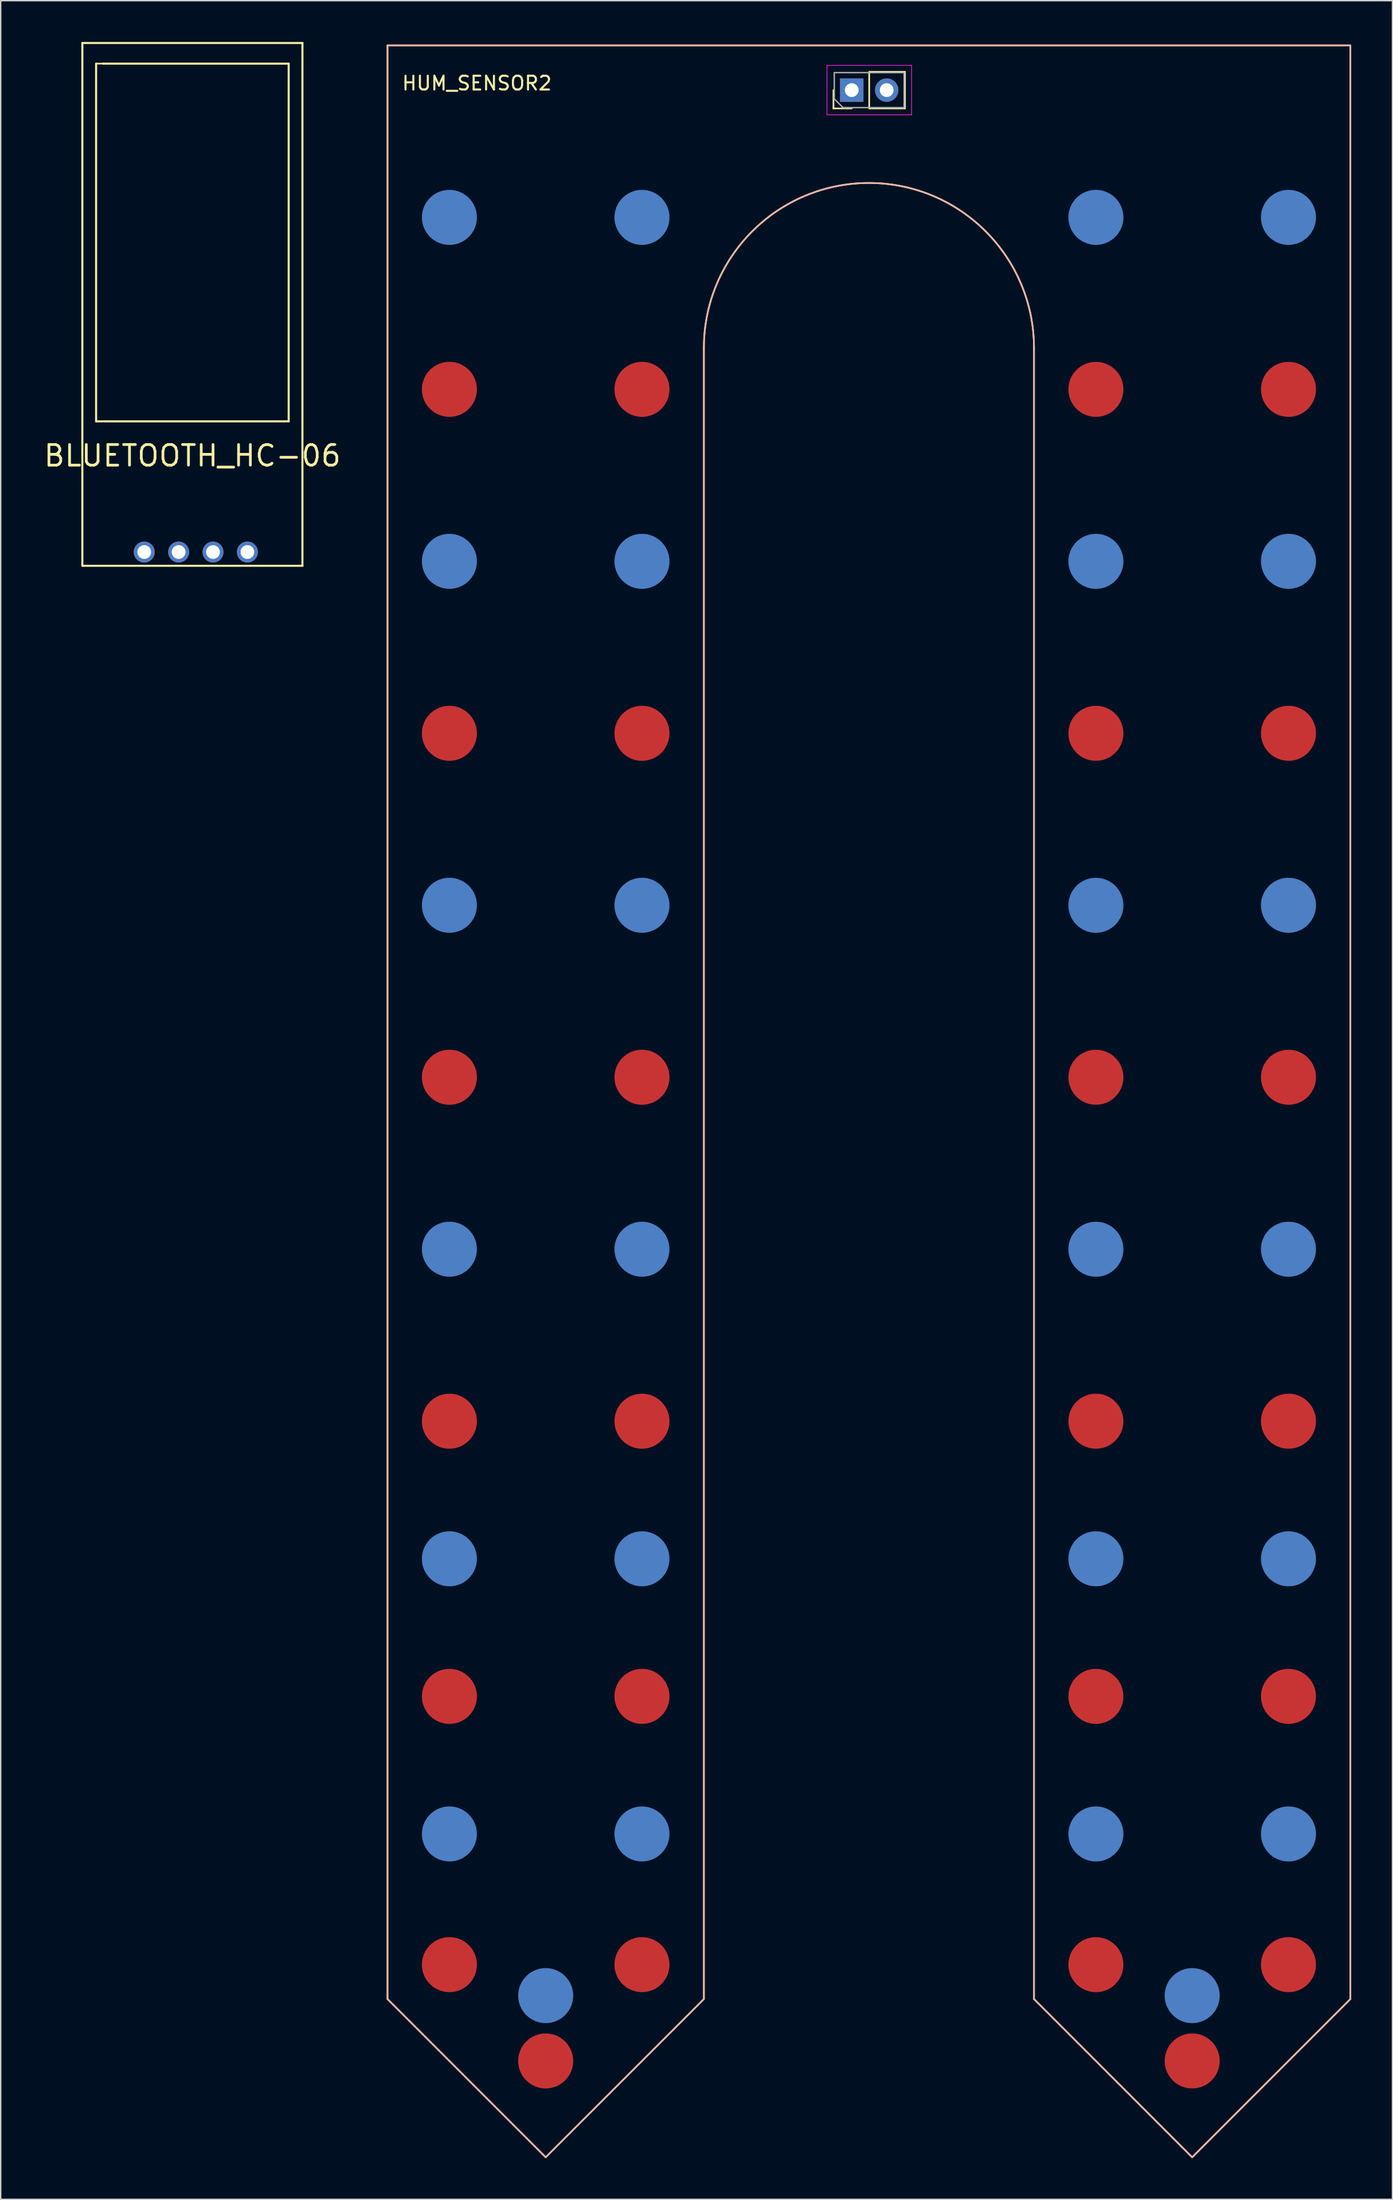
<source format=kicad_pcb>
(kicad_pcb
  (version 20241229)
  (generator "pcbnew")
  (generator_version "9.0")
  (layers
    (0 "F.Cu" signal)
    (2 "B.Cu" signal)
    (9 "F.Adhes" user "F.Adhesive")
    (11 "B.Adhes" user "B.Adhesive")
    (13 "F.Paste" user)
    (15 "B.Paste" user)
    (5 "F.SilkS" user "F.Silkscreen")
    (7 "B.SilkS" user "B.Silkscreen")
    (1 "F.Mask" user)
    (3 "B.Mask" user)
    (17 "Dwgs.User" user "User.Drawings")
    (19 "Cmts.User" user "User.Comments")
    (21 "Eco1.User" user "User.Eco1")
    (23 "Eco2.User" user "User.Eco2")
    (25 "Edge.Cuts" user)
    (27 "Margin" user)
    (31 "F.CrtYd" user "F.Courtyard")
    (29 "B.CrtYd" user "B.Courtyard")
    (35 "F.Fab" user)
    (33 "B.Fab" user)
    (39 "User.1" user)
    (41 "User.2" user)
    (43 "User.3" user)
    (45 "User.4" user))
  (footprint "HUM_SENSOR2"
    (layer "F.Cu")
    (at 25.121 0.25)
    (property "Reference" "HUM_SENSOR2" (at 6.5 2.75 0) (layer "F.SilkS") (effects (font (size 1 1) (thickness 0.15))))
    (attr through_hole)
    (fp_line (start 0 142) (end 0 0) (stroke (width 0.12) (type solid)) (layer "F.SilkS"))
    (fp_line (start 11.5 153.5) (end 0 142) (stroke (width 0.12) (type solid)) (layer "F.SilkS"))
    (fp_line (start 11.5 153.5) (end 23 142) (stroke (width 0.12) (type solid)) (layer "F.SilkS"))
    (fp_line (start 23 22) (end 23 142) (stroke (width 0.12) (type solid)) (layer "F.SilkS"))
    (fp_line (start 32.42 4.58) (end 32.42 3.25) (stroke (width 0.12) (type solid)) (layer "F.SilkS"))
    (fp_line (start 33.75 4.58) (end 32.42 4.58) (stroke (width 0.12) (type solid)) (layer "F.SilkS"))
    (fp_line (start 35.02 1.92) (end 37.62 1.92) (stroke (width 0.12) (type solid)) (layer "F.SilkS"))
    (fp_line (start 35.02 4.58) (end 35.02 1.92) (stroke (width 0.12) (type solid)) (layer "F.SilkS"))
    (fp_line (start 35.02 4.58) (end 37.62 4.58) (stroke (width 0.12) (type solid)) (layer "F.SilkS"))
    (fp_line (start 37.62 4.58) (end 37.62 1.92) (stroke (width 0.12) (type solid)) (layer "F.SilkS"))
    (fp_line (start 47 142) (end 47 22) (stroke (width 0.12) (type solid)) (layer "F.SilkS"))
    (fp_line (start 58.5 153.5) (end 47 142) (stroke (width 0.12) (type solid)) (layer "F.SilkS"))
    (fp_line (start 70 0) (end 0 0) (stroke (width 0.12) (type solid)) (layer "F.SilkS"))
    (fp_line (start 70 0) (end 70 142) (stroke (width 0.12) (type solid)) (layer "F.SilkS"))
    (fp_line (start 70 142) (end 58.5 153.5) (stroke (width 0.12) (type solid)) (layer "F.SilkS"))
    (fp_arc (start 23 22) (mid 35 10) (end 47 22) (stroke (width 0.12) (type solid)) (layer "F.SilkS"))
    (fp_line (start 0 0) (end 70 0) (stroke (width 0.12) (type solid)) (layer "B.SilkS"))
    (fp_line (start 0 142) (end 0 0) (stroke (width 0.12) (type solid)) (layer "B.SilkS"))
    (fp_line (start 11.5 153.5) (end 0 142) (stroke (width 0.12) (type solid)) (layer "B.SilkS"))
    (fp_line (start 23 22) (end 23 142) (stroke (width 0.12) (type solid)) (layer "B.SilkS"))
    (fp_line (start 23 142) (end 11.5 153.5) (stroke (width 0.12) (type solid)) (layer "B.SilkS"))
    (fp_line (start 47 142) (end 47 22) (stroke (width 0.12) (type solid)) (layer "B.SilkS"))
    (fp_line (start 58.5 153.5) (end 47 142) (stroke (width 0.12) (type solid)) (layer "B.SilkS"))
    (fp_line (start 70 0) (end 70 142) (stroke (width 0.12) (type solid)) (layer "B.SilkS"))
    (fp_line (start 70 142) (end 58.5 153.5) (stroke (width 0.12) (type solid)) (layer "B.SilkS"))
    (fp_arc (start 23 22) (mid 35 10) (end 47 22) (stroke (width 0.12) (type solid)) (layer "B.SilkS"))
    (fp_line (start 31.95 1.45) (end 31.95 5.05) (stroke (width 0.05) (type solid)) (layer "F.CrtYd"))
    (fp_line (start 31.95 5.05) (end 38.1 5.05) (stroke (width 0.05) (type solid)) (layer "F.CrtYd"))
    (fp_line (start 38.1 1.45) (end 31.95 1.45) (stroke (width 0.05) (type solid)) (layer "F.CrtYd"))
    (fp_line (start 38.1 5.05) (end 38.1 1.45) (stroke (width 0.05) (type solid)) (layer "F.CrtYd"))
    (fp_line (start 32.48 1.98) (end 37.56 1.98) (stroke (width 0.1) (type solid)) (layer "F.Fab"))
    (fp_line (start 32.48 3.885) (end 32.48 1.98) (stroke (width 0.1) (type solid)) (layer "F.Fab"))
    (fp_line (start 33.115 4.52) (end 32.48 3.885) (stroke (width 0.1) (type solid)) (layer "F.Fab"))
    (fp_line (start 37.56 1.98) (end 37.56 4.52) (stroke (width 0.1) (type solid)) (layer "F.Fab"))
    (fp_line (start 37.56 4.52) (end 33.115 4.52) (stroke (width 0.1) (type solid)) (layer "F.Fab"))
    (pad "1" smd circle (at 4.5 12.5) (size 4 4) (layers "B.Cu" "B.Mask"))
    (pad "1" smd circle (at 4.5 25) (size 4 4) (layers "F.Cu" "F.Mask"))
    (pad "1" smd circle (at 4.5 37.5) (size 4 4) (layers "B.Cu" "B.Mask"))
    (pad "1" smd circle (at 4.5 50) (size 4 4) (layers "F.Cu" "F.Mask"))
    (pad "1" smd circle (at 4.5 62.5) (size 4 4) (layers "B.Cu" "B.Mask"))
    (pad "1" smd circle (at 4.5 75) (size 4 4) (layers "F.Cu" "F.Mask"))
    (pad "1" smd circle (at 4.5 87.5) (size 4 4) (layers "B.Cu" "B.Mask"))
    (pad "1" smd circle (at 4.5 100) (size 4 4) (layers "F.Cu" "F.Mask"))
    (pad "1" smd circle (at 4.5 110) (size 4 4) (layers "B.Cu" "B.Mask"))
    (pad "1" smd circle (at 4.5 120) (size 4 4) (layers "F.Cu" "F.Mask"))
    (pad "1" smd circle (at 4.5 130) (size 4 4) (layers "B.Cu" "B.Mask"))
    (pad "1" smd circle (at 4.5 139.5) (size 4 4) (layers "F.Cu" "F.Mask"))
    (pad "1" smd circle (at 11.5 141.75) (size 4 4) (layers "B.Cu" "B.Mask"))
    (pad "1" smd circle (at 11.5 146.5) (size 4 4) (layers "F.Cu" "F.Mask"))
    (pad "1" smd circle (at 18.5 12.5) (size 4 4) (layers "B.Cu" "B.Mask"))
    (pad "1" smd circle (at 18.5 25) (size 4 4) (layers "F.Cu" "F.Mask"))
    (pad "1" smd circle (at 18.5 37.5) (size 4 4) (layers "B.Cu" "B.Mask"))
    (pad "1" smd circle (at 18.5 50) (size 4 4) (layers "F.Cu" "F.Mask"))
    (pad "1" smd circle (at 18.5 62.5) (size 4 4) (layers "B.Cu" "B.Mask"))
    (pad "1" smd circle (at 18.5 75) (size 4 4) (layers "F.Cu" "F.Mask"))
    (pad "1" smd circle (at 18.5 87.5) (size 4 4) (layers "B.Cu" "B.Mask"))
    (pad "1" smd circle (at 18.5 100) (size 4 4) (layers "F.Cu" "F.Mask"))
    (pad "1" smd circle (at 18.5 110) (size 4 4) (layers "B.Cu" "B.Mask"))
    (pad "1" smd circle (at 18.5 120) (size 4 4) (layers "F.Cu" "F.Mask"))
    (pad "1" smd circle (at 18.5 130) (size 4 4) (layers "B.Cu" "B.Mask"))
    (pad "1" smd circle (at 18.5 139.5) (size 4 4) (layers "F.Cu" "F.Mask"))
    (pad "1" thru_hole rect (at 33.75 3.25 90) (size 1.7 1.7) (drill 1) (layers "*.Cu" "*.Mask"))
    (pad "2" thru_hole oval (at 36.29 3.25 90) (size 1.7 1.7) (drill 1) (layers "*.Cu" "*.Mask"))
    (pad "2" smd circle (at 51.5 12.5) (size 4 4) (layers "B.Cu" "B.Mask"))
    (pad "2" smd circle (at 51.5 25) (size 4 4) (layers "F.Cu" "F.Mask"))
    (pad "2" smd circle (at 51.5 37.5) (size 4 4) (layers "B.Cu" "B.Mask"))
    (pad "2" smd circle (at 51.5 50) (size 4 4) (layers "F.Cu" "F.Mask"))
    (pad "2" smd circle (at 51.5 62.5) (size 4 4) (layers "B.Cu" "B.Mask"))
    (pad "2" smd circle (at 51.5 75) (size 4 4) (layers "F.Cu" "F.Mask"))
    (pad "2" smd circle (at 51.5 87.5) (size 4 4) (layers "B.Cu" "B.Mask"))
    (pad "2" smd circle (at 51.5 100) (size 4 4) (layers "F.Cu" "F.Mask"))
    (pad "2" smd circle (at 51.5 110) (size 4 4) (layers "B.Cu" "B.Mask"))
    (pad "2" smd circle (at 51.5 120) (size 4 4) (layers "F.Cu" "F.Mask"))
    (pad "2" smd circle (at 51.5 130) (size 4 4) (layers "B.Cu" "B.Mask"))
    (pad "2" smd circle (at 51.5 139.5) (size 4 4) (layers "F.Cu" "F.Mask"))
    (pad "2" smd circle (at 58.5 141.75) (size 4 4) (layers "B.Cu" "B.Mask"))
    (pad "2" smd circle (at 58.5 146.5) (size 4 4) (layers "F.Cu" "F.Mask"))
    (pad "2" smd circle (at 65.5 12.5) (size 4 4) (layers "B.Cu" "B.Mask"))
    (pad "2" smd circle (at 65.5 25) (size 4 4) (layers "F.Cu" "F.Mask"))
    (pad "2" smd circle (at 65.5 37.5) (size 4 4) (layers "B.Cu" "B.Mask"))
    (pad "2" smd circle (at 65.5 50) (size 4 4) (layers "F.Cu" "F.Mask"))
    (pad "2" smd circle (at 65.5 62.5) (size 4 4) (layers "B.Cu" "B.Mask"))
    (pad "2" smd circle (at 65.5 75) (size 4 4) (layers "F.Cu" "F.Mask"))
    (pad "2" smd circle (at 65.5 87.5) (size 4 4) (layers "B.Cu" "B.Mask"))
    (pad "2" smd circle (at 65.5 100) (size 4 4) (layers "F.Cu" "F.Mask"))
    (pad "2" smd circle (at 65.5 110) (size 4 4) (layers "B.Cu" "B.Mask"))
    (pad "2" smd circle (at 65.5 120) (size 4 4) (layers "F.Cu" "F.Mask"))
    (pad "2" smd circle (at 65.5 130) (size 4 4) (layers "B.Cu" "B.Mask"))
    (pad "2" smd circle (at 65.5 139.5) (size 4 4) (layers "F.Cu" "F.Mask")))
  (footprint "BLUETOOTH_HC-06"
    (layer "F.Cu")
    (at 2.936 38.075)
    (property "Reference" "BLUETOOTH_HC-06" (at 8 -8 0) (layer "F.SilkS") (effects (font (size 1.5 1.5) (thickness 0.2))))
    (attr through_hole)
    (fp_line (start 0 -38) (end 16 -38) (stroke (width 0.15) (type solid)) (layer "F.SilkS"))
    (fp_line (start 0 0) (end 0 -38) (stroke (width 0.15) (type solid)) (layer "F.SilkS"))
    (fp_line (start 0 0) (end 16 0) (stroke (width 0.15) (type solid)) (layer "F.SilkS"))
    (fp_line (start 1 -36.5) (end 1.5 -36.5) (stroke (width 0.12) (type solid)) (layer "F.SilkS"))
    (fp_line (start 1 -10.5) (end 1 -36.5) (stroke (width 0.15) (type solid)) (layer "F.SilkS"))
    (fp_line (start 1.5 -36.5) (end 15 -36.5) (stroke (width 0.15) (type solid)) (layer "F.SilkS"))
    (fp_line (start 15 -36.5) (end 15 -10.5) (stroke (width 0.15) (type solid)) (layer "F.SilkS"))
    (fp_line (start 15 -10.5) (end 1 -10.5) (stroke (width 0.15) (type solid)) (layer "F.SilkS"))
    (fp_line (start 16 -38) (end 16 0) (stroke (width 0.15) (type solid)) (layer "F.SilkS"))
    (pad "1" thru_hole circle (at 4.5 -1) (size 1.524 1.524) (drill 1) (layers "*.Cu" "*.Mask"))
    (pad "2" thru_hole circle (at 7 -1) (size 1.524 1.524) (drill 1) (layers "*.Cu" "*.Mask"))
    (pad "3" thru_hole circle (at 9.5 -1) (size 1.524 1.524) (drill 1) (layers "*.Cu" "*.Mask"))
    (pad "4" thru_hole circle (at 12 -1) (size 1.524 1.524) (drill 1) (layers "*.Cu" "*.Mask")))
  (gr_rect
    (start -3 -3)
    (end 98.181 156.81)
    (stroke (width 0.1) (type default))
    (fill no)
    (layer "Edge.Cuts")))
</source>
